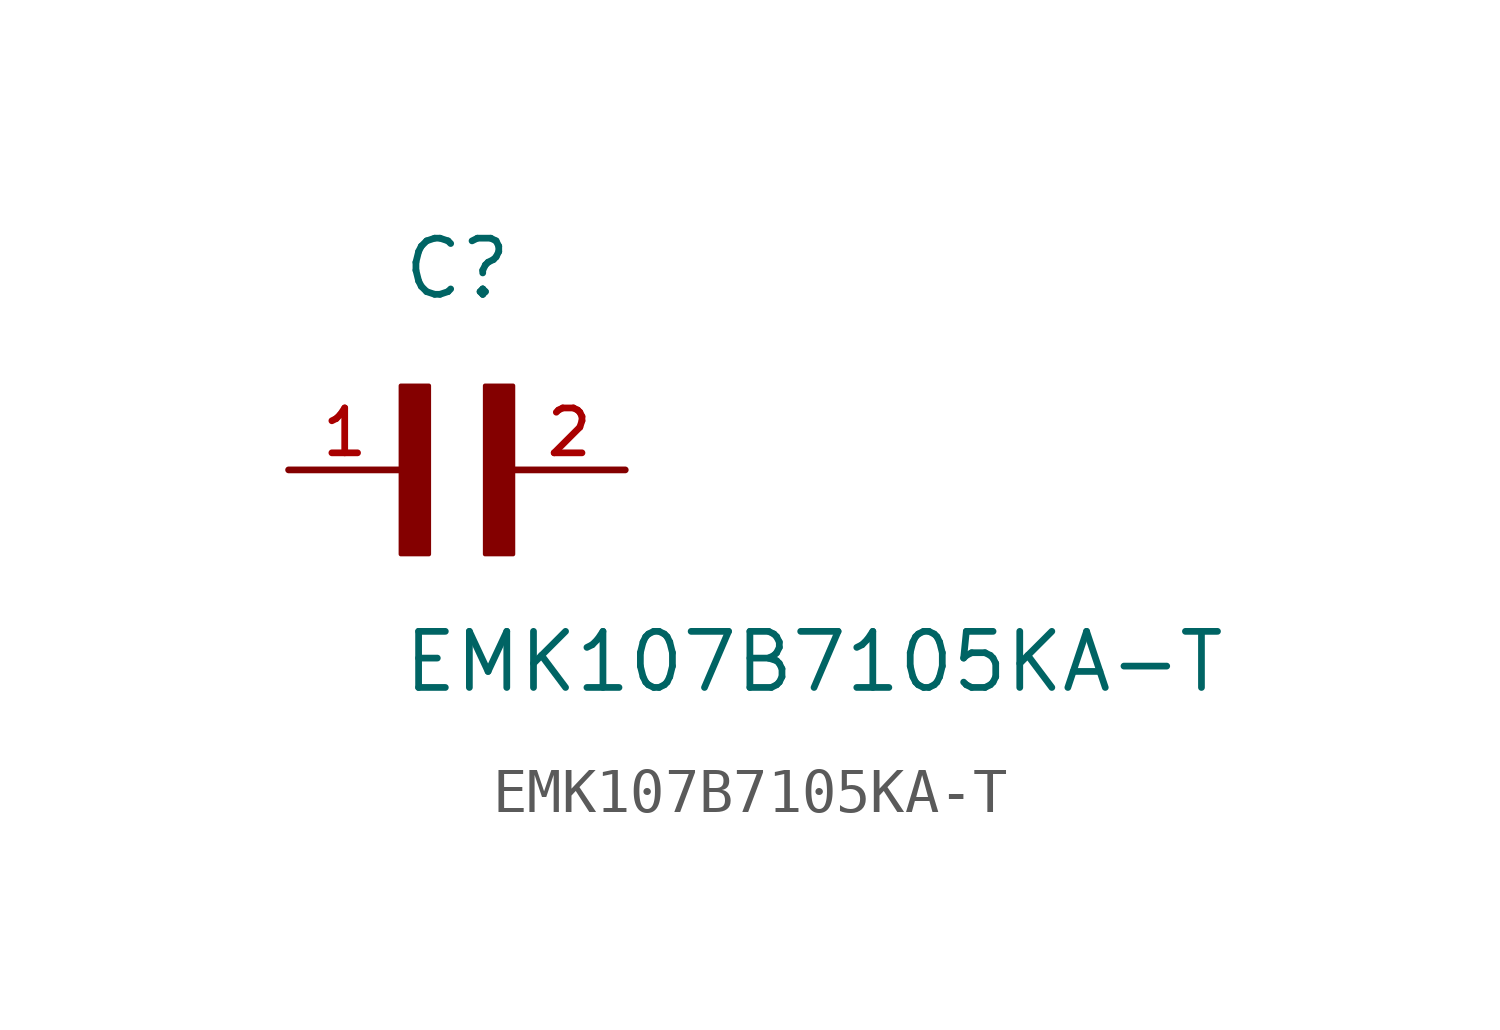
<source format=kicad_sym>
(kicad_symbol_lib
  (version 20211014)
  (generator kicad_symbol_editor)
  (symbol "EMK107B7105KA-T"
    (pin_names
      (offset 1.016))
    (property "Reference" "C"
      (at 0.0 3.811 0)
      (effects (font (size 1.27 1.27)) (justify bottom left)))
    (property "Value" "EMK107B7105KA-T"
      (at 0.0 -5.088 0)
      (effects (font (size 1.27 1.27)) (justify bottom left)))
    (symbol "EMK107B7105KA-T_0_0"
      (rectangle (start 0.0 -1.907) (end 0.635 1.905) (stroke (width 0.1)) (fill (type outline)))
      (rectangle (start 1.907 -1.907) (end 2.54 1.905) (stroke (width 0.1)) (fill (type outline)))
      (pin passive line (at 5.08 0.0 180.0) (length 2.54) (name "~" (effects (font (size 1.016 1.016)))) (number "2" (effects (font (size 1.016 1.016)))))
      (pin passive line (at -2.54 0.0 0) (length 2.54) (name "~" (effects (font (size 1.016 1.016)))) (number "1" (effects (font (size 1.016 1.016))))))))
</source>
